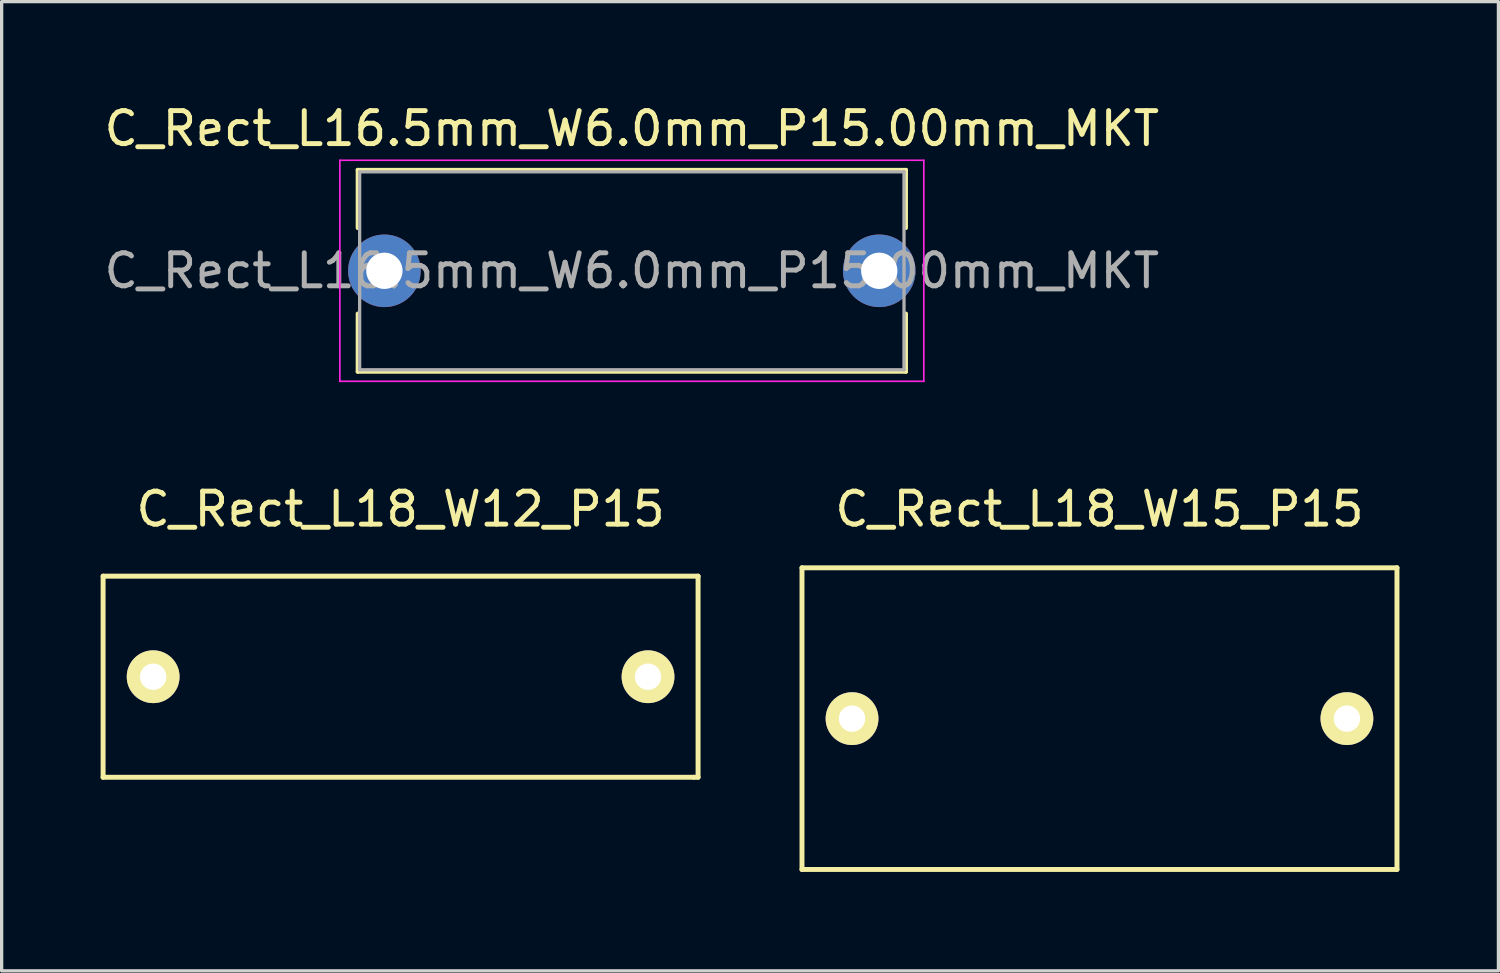
<source format=kicad_pcb>
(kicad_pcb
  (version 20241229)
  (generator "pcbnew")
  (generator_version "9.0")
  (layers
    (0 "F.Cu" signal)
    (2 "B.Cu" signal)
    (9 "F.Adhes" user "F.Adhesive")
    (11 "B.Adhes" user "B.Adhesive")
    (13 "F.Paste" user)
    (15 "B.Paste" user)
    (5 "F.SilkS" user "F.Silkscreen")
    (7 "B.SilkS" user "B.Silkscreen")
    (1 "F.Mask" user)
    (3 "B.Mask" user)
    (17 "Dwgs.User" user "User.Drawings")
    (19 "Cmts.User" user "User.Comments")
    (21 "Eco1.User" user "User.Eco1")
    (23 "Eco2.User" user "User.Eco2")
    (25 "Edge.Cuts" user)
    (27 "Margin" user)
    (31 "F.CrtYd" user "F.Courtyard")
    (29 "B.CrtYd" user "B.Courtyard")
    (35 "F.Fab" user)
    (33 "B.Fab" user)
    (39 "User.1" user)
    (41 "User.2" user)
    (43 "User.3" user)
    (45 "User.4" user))
  (footprint "C_Rect_L18_W15_P15"
    (layer "F.Cu")
    (at 30.276 18.732)
    (property "Reference" "C_Rect_L18_W15_P15" (at 0 -6.35 0) (layer "F.SilkS") (effects (font (size 1 1) (thickness 0.15))))
    (attr through_hole)
    (fp_line (start -9.017 -4.572) (end -9.017 4.572) (stroke (width 0.15) (type solid)) (layer "F.SilkS"))
    (fp_line (start -9.017 4.572) (end 9.017 4.572) (stroke (width 0.15) (type solid)) (layer "F.SilkS"))
    (fp_line (start 9.017 -4.572) (end -9.017 -4.572) (stroke (width 0.15) (type solid)) (layer "F.SilkS"))
    (fp_line (start 9.017 4.572) (end 9.017 -4.572) (stroke (width 0.15) (type solid)) (layer "F.SilkS"))
    (pad "1" thru_hole circle (at -7.5 0) (size 1.6 1.6) (drill 0.8) (layers "*.Cu" "*.Mask" "F.SilkS"))
    (pad "2" thru_hole circle (at 7.5 0) (size 1.6 1.6) (drill 0.8) (layers "*.Cu" "*.Mask" "F.SilkS")))
  (footprint "C_Rect_L18_W12_P15"
    (layer "F.Cu")
    (at 9.092 17.462)
    (property "Reference" "C_Rect_L18_W12_P15" (at 0 -5.08 0) (layer "F.SilkS") (effects (font (size 1 1) (thickness 0.15))))
    (attr through_hole)
    (fp_line (start -9.017 -3.048) (end -9.017 3.048) (stroke (width 0.15) (type solid)) (layer "F.SilkS"))
    (fp_line (start -9.017 3.048) (end 8.89 3.048) (stroke (width 0.15) (type solid)) (layer "F.SilkS"))
    (fp_line (start 8.89 3.048) (end 9.017 3.048) (stroke (width 0.15) (type solid)) (layer "F.SilkS"))
    (fp_line (start 9.017 -3.048) (end -9.017 -3.048) (stroke (width 0.15) (type solid)) (layer "F.SilkS"))
    (fp_line (start 9.017 3.048) (end 9.017 -3.048) (stroke (width 0.15) (type solid)) (layer "F.SilkS"))
    (pad "1" thru_hole circle (at -7.5 0) (size 1.6 1.6) (drill 0.8) (layers "*.Cu" "*.Mask" "F.SilkS"))
    (pad "2" thru_hole circle (at 7.5 0) (size 1.6 1.6) (drill 0.8) (layers "*.Cu" "*.Mask" "F.SilkS")))
  (footprint "C_Rect_L16.5mm_W6.0mm_P15.00mm_MKT"
    (layer "F.Cu")
    (at 8.601 5.158)
    (property "Reference" "C_Rect_L16.5mm_W6.0mm_P15.00mm_MKT" (at 7.5 -4.31 0) (layer "F.SilkS") (effects (font (size 1 1) (thickness 0.15))))
    (attr through_hole)
    (fp_line (start -0.81 -3.06) (end -0.81 -1.296) (stroke (width 0.12) (type solid)) (layer "F.SilkS"))
    (fp_line (start -0.81 -3.06) (end 15.81 -3.06) (stroke (width 0.12) (type solid)) (layer "F.SilkS"))
    (fp_line (start -0.81 1.296) (end -0.81 3.06) (stroke (width 0.12) (type solid)) (layer "F.SilkS"))
    (fp_line (start -0.81 3.06) (end 15.81 3.06) (stroke (width 0.12) (type solid)) (layer "F.SilkS"))
    (fp_line (start 15.81 -3.06) (end 15.81 -1.296) (stroke (width 0.12) (type solid)) (layer "F.SilkS"))
    (fp_line (start 15.81 1.296) (end 15.81 3.06) (stroke (width 0.12) (type solid)) (layer "F.SilkS"))
    (fp_line (start -1.35 -3.35) (end -1.35 3.35) (stroke (width 0.05) (type solid)) (layer "F.CrtYd"))
    (fp_line (start -1.35 3.35) (end 16.35 3.35) (stroke (width 0.05) (type solid)) (layer "F.CrtYd"))
    (fp_line (start 16.35 -3.35) (end -1.35 -3.35) (stroke (width 0.05) (type solid)) (layer "F.CrtYd"))
    (fp_line (start 16.35 3.35) (end 16.35 -3.35) (stroke (width 0.05) (type solid)) (layer "F.CrtYd"))
    (fp_line (start -0.75 -3) (end -0.75 3) (stroke (width 0.1) (type solid)) (layer "F.Fab"))
    (fp_line (start -0.75 3) (end 15.75 3) (stroke (width 0.1) (type solid)) (layer "F.Fab"))
    (fp_line (start 15.75 -3) (end -0.75 -3) (stroke (width 0.1) (type solid)) (layer "F.Fab"))
    (fp_line (start 15.75 3) (end 15.75 -3) (stroke (width 0.1) (type solid)) (layer "F.Fab"))
    (fp_text user "${REFERENCE}" (at 7.5 0 0) (layer "F.Fab") (effects (font (size 1 1) (thickness 0.15))))
    (pad "1" thru_hole circle (at 0 0) (size 2.2 2.2) (drill 1.1) (layers "*.Cu" "*.Mask"))
    (pad "2" thru_hole circle (at 15 0) (size 2.2 2.2) (drill 1.1) (layers "*.Cu" "*.Mask")))
  (gr_rect
    (start -3 -3)
    (end 42.368 26.378)
    (stroke (width 0.1) (type default))
    (fill no)
    (layer "Edge.Cuts")))
</source>
